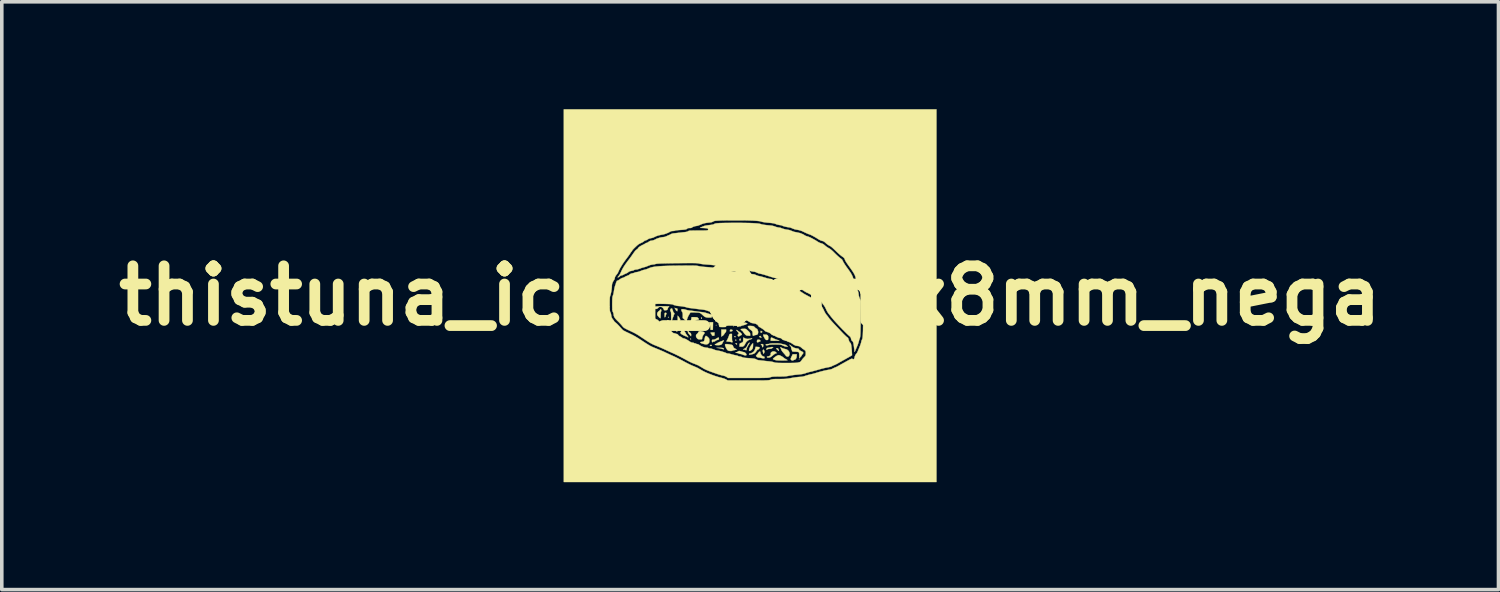
<source format=kicad_pcb>
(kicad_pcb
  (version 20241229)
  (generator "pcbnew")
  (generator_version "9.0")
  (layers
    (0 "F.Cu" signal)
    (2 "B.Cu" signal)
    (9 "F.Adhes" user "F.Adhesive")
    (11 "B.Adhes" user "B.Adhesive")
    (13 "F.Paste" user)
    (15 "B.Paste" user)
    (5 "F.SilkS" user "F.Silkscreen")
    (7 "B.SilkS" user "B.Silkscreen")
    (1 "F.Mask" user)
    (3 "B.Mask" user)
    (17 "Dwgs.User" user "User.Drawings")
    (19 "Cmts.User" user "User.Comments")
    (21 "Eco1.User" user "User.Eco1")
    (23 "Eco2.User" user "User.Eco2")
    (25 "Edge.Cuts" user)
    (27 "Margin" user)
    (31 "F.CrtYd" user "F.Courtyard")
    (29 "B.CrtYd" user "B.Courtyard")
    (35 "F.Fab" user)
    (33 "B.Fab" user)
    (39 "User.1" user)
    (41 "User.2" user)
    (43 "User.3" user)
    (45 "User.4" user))
  (footprint "thistuna_icon_8mmx8mm_nega"
    (layer "F.Cu")
    (at 17.896 5.207)
    (property "Reference" "thistuna_icon_8mmx8mm_nega" (at 0 0 0) (layer "F.SilkS") (effects (font (size 1.524 1.524) (thickness 0.3))))
    (attr through_hole)
    (fp_poly (pts (xy 1.372 1.783) (xy 1.367 1.788) (xy 1.361 1.783) (xy 1.367 1.778) (xy 1.372 1.783)) (stroke (width 0.01) (type solid)) (fill yes) (layer "F.SilkS"))
    (fp_poly (pts (xy -0.948 0.816) (xy -0.947 0.828) (xy -0.948 0.83) (xy -0.954 0.828) (xy -0.955 0.823) (xy -0.951 0.815) (xy -0.948 0.816)) (stroke (width 0.01) (type solid)) (fill yes) (layer "F.SilkS"))
    (fp_poly (pts (xy -0.469 0.837) (xy -0.458 0.847) (xy -0.46 0.853) (xy -0.462 0.853) (xy -0.47 0.846) (xy -0.473 0.842) (xy -0.475 0.835) (xy -0.469 0.837)) (stroke (width 0.01) (type solid)) (fill yes) (layer "F.SilkS"))
    (fp_poly (pts (xy -0.411 1.14) (xy -0.41 1.152) (xy -0.421 1.158) (xy -0.435 1.15) (xy -0.437 1.142) (xy -0.431 1.13) (xy -0.425 1.13) (xy -0.411 1.14)) (stroke (width 0.01) (type solid)) (fill yes) (layer "F.SilkS"))
    (fp_poly (pts (xy -2.276 0.597) (xy -2.276 0.599) (xy -2.284 0.609) (xy -2.287 0.61) (xy -2.293 0.603) (xy -2.291 0.599) (xy -2.282 0.59) (xy -2.28 0.589) (xy -2.276 0.597)) (stroke (width 0.01) (type solid)) (fill yes) (layer "F.SilkS"))
    (fp_poly (pts (xy -1.653 1.206) (xy -1.651 1.209) (xy -1.651 1.218) (xy -1.655 1.219) (xy -1.669 1.212) (xy -1.671 1.209) (xy -1.671 1.2) (xy -1.667 1.199) (xy -1.653 1.206)) (stroke (width 0.01) (type solid)) (fill yes) (layer "F.SilkS"))
    (fp_poly (pts (xy -1.362 0.607) (xy -1.356 0.62) (xy -1.353 0.639) (xy -1.355 0.647) (xy -1.361 0.643) (xy -1.367 0.63) (xy -1.37 0.611) (xy -1.368 0.603) (xy -1.362 0.607)) (stroke (width 0.01) (type solid)) (fill yes) (layer "F.SilkS"))
    (fp_poly (pts (xy -0.388 1.235) (xy -0.386 1.24) (xy -0.394 1.249) (xy -0.401 1.25) (xy -0.415 1.244) (xy -0.417 1.24) (xy -0.408 1.231) (xy -0.401 1.229) (xy -0.388 1.235)) (stroke (width 0.01) (type solid)) (fill yes) (layer "F.SilkS"))
    (fp_poly (pts (xy -0.386 1.328) (xy -0.37 1.338) (xy -0.366 1.347) (xy -0.371 1.36) (xy -0.386 1.357) (xy -0.394 1.349) (xy -0.406 1.333) (xy -0.4 1.326) (xy -0.386 1.328)) (stroke (width 0.01) (type solid)) (fill yes) (layer "F.SilkS"))
    (fp_poly (pts (xy -0.265 1.207) (xy -0.264 1.223) (xy -0.269 1.245) (xy -0.28 1.253) (xy -0.292 1.247) (xy -0.297 1.234) (xy -0.295 1.212) (xy -0.287 1.204) (xy -0.271 1.2) (xy -0.265 1.207)) (stroke (width 0.01) (type solid)) (fill yes) (layer "F.SilkS"))
    (fp_poly (pts (xy -1.077 1.38) (xy -1.073 1.387) (xy -1.074 1.398) (xy -1.09 1.402) (xy -1.099 1.402) (xy -1.119 1.401) (xy -1.123 1.395) (xy -1.118 1.387) (xy -1.101 1.374) (xy -1.092 1.372) (xy -1.077 1.38)) (stroke (width 0.01) (type solid)) (fill yes) (layer "F.SilkS"))
    (fp_poly (pts (xy 0.32 0.992) (xy 0.337 1.004) (xy 0.338 1.013) (xy 0.328 1.022) (xy 0.307 1.034) (xy 0.297 1.03) (xy 0.295 1.007) (xy 0.295 1.006) (xy 0.296 0.985) (xy 0.302 0.981) (xy 0.32 0.992)) (stroke (width 0.01) (type solid)) (fill yes) (layer "F.SilkS"))
    (fp_poly (pts (xy -2.284 0.685) (xy -2.277 0.708) (xy -2.276 0.726) (xy -2.278 0.758) (xy -2.285 0.77) (xy -2.297 0.763) (xy -2.311 0.74) (xy -2.32 0.714) (xy -2.317 0.697) (xy -2.315 0.694) (xy -2.297 0.68) (xy -2.284 0.685)) (stroke (width 0.01) (type solid)) (fill yes) (layer "F.SilkS"))
    (fp_poly (pts (xy 0.3 1.137) (xy 0.307 1.156) (xy 0.31 1.175) (xy 0.306 1.177) (xy 0.3 1.168) (xy 0.285 1.16) (xy 0.274 1.158) (xy 0.257 1.153) (xy 0.257 1.14) (xy 0.267 1.13) (xy 0.285 1.124) (xy 0.3 1.137)) (stroke (width 0.01) (type solid)) (fill yes) (layer "F.SilkS"))
    (fp_poly (pts (xy -2.056 0.943) (xy -2.046 0.96) (xy -2.036 0.981) (xy -2.032 0.992) (xy -2.032 0.992) (xy -2.039 0.996) (xy -2.055 0.994) (xy -2.067 0.986) (xy -2.068 0.985) (xy -2.07 0.968) (xy -2.067 0.954) (xy -2.062 0.941) (xy -2.056 0.943)) (stroke (width 0.01) (type solid)) (fill yes) (layer "F.SilkS"))
    (fp_poly (pts (xy -0.801 1.456) (xy -0.766 1.46) (xy -0.748 1.468) (xy -0.733 1.484) (xy -0.735 1.493) (xy -0.751 1.493) (xy -0.772 1.486) (xy -0.802 1.477) (xy -0.842 1.468) (xy -0.874 1.463) (xy -0.94 1.456) (xy -0.853 1.455) (xy -0.801 1.456)) (stroke (width 0.01) (type solid)) (fill yes) (layer "F.SilkS"))
    (fp_poly (pts (xy -0.671 0.979) (xy -0.674 1.005) (xy -0.684 1.019) (xy -0.684 1.019) (xy -0.697 1.031) (xy -0.713 1.054) (xy -0.718 1.063) (xy -0.739 1.093) (xy -0.765 1.118) (xy -0.771 1.121) (xy -0.803 1.14) (xy -0.803 0.945) (xy -0.671 0.945) (xy -0.671 0.979)) (stroke (width 0.01) (type solid)) (fill yes) (layer "F.SilkS"))
    (fp_poly (pts (xy 0.777 1.473) (xy 0.787 1.488) (xy 0.797 1.51) (xy 0.802 1.53) (xy 0.801 1.54) (xy 0.792 1.535) (xy 0.774 1.521) (xy 0.76 1.508) (xy 0.739 1.488) (xy 0.731 1.477) (xy 0.736 1.47) (xy 0.743 1.468) (xy 0.766 1.467) (xy 0.777 1.473)) (stroke (width 0.01) (type solid)) (fill yes) (layer "F.SilkS"))
    (fp_poly (pts (xy -1.999 0.586) (xy -1.967 0.631) (xy -1.953 0.664) (xy -1.955 0.686) (xy -1.966 0.695) (xy -1.982 0.708) (xy -1.989 0.721) (xy -1.998 0.735) (xy -2.008 0.731) (xy -2.009 0.73) (xy -2.016 0.712) (xy -2.021 0.678) (xy -2.022 0.637) (xy -2.022 0.557) (xy -1.999 0.586)) (stroke (width 0.01) (type solid)) (fill yes) (layer "F.SilkS"))
    (fp_poly (pts (xy -0.526 0.947) (xy -0.502 0.952) (xy -0.493 0.965) (xy -0.493 0.97) (xy -0.497 0.984) (xy -0.513 0.991) (xy -0.532 0.994) (xy -0.557 0.995) (xy -0.567 0.99) (xy -0.565 0.98) (xy -0.56 0.96) (xy -0.559 0.954) (xy -0.55 0.948) (xy -0.529 0.947) (xy -0.526 0.947)) (stroke (width 0.01) (type solid)) (fill yes) (layer "F.SilkS"))
    (fp_poly (pts (xy -2.104 0.341) (xy -2.103 0.342) (xy -2.082 0.352) (xy -2.057 0.357) (xy -2.038 0.361) (xy -2.03 0.371) (xy -2.031 0.393) (xy -2.032 0.398) (xy -2.037 0.435) (xy -2.06 0.417) (xy -2.077 0.399) (xy -2.083 0.385) (xy -2.089 0.368) (xy -2.101 0.351) (xy -2.109 0.339) (xy -2.104 0.341)) (stroke (width 0.01) (type solid)) (fill yes) (layer "F.SilkS"))
    (fp_poly (pts (xy -0.996 1.072) (xy -0.996 1.1) (xy -1.002 1.113) (xy -1.015 1.117) (xy -1.031 1.118) (xy -1.056 1.115) (xy -1.066 1.106) (xy -1.067 1.099) (xy -1.074 1.078) (xy -1.087 1.062) (xy -1.103 1.044) (xy -1.104 1.033) (xy -1.087 1.028) (xy -1.052 1.026) (xy -0.996 1.026) (xy -0.996 1.072)) (stroke (width 0.01) (type solid)) (fill yes) (layer "F.SilkS"))
    (fp_poly (pts (xy 0.081 1.383) (xy 0.078 1.439) (xy 0.066 1.479) (xy 0.043 1.509) (xy 0.027 1.521) (xy -0.003 1.539) (xy -0.021 1.542) (xy -0.03 1.531) (xy -0.03 1.519) (xy -0.025 1.489) (xy -0.009 1.45) (xy 0.012 1.41) (xy 0.036 1.374) (xy 0.051 1.356) (xy 0.081 1.327) (xy 0.081 1.383)) (stroke (width 0.01) (type solid)) (fill yes) (layer "F.SilkS"))
    (fp_poly (pts (xy 0.352 1.352) (xy 0.363 1.36) (xy 0.366 1.38) (xy 0.366 1.391) (xy 0.362 1.422) (xy 0.351 1.436) (xy 0.339 1.435) (xy 0.335 1.418) (xy 0.335 1.412) (xy 0.326 1.381) (xy 0.313 1.367) (xy 0.299 1.357) (xy 0.3 1.352) (xy 0.319 1.351) (xy 0.328 1.351) (xy 0.352 1.352)) (stroke (width 0.01) (type solid)) (fill yes) (layer "F.SilkS"))
    (fp_poly (pts (xy 0.379 1.512) (xy 0.392 1.531) (xy 0.4 1.554) (xy 0.4 1.574) (xy 0.397 1.579) (xy 0.388 1.598) (xy 0.385 1.609) (xy 0.381 1.621) (xy 0.375 1.616) (xy 0.369 1.604) (xy 0.358 1.574) (xy 0.353 1.543) (xy 0.356 1.519) (xy 0.365 1.506) (xy 0.366 1.506) (xy 0.379 1.512)) (stroke (width 0.01) (type solid)) (fill yes) (layer "F.SilkS"))
    (fp_poly (pts (xy -1.552 0.783) (xy -1.532 0.787) (xy -1.526 0.795) (xy -1.534 0.809) (xy -1.538 0.815) (xy -1.548 0.827) (xy -1.559 0.831) (xy -1.576 0.828) (xy -1.606 0.817) (xy -1.613 0.814) (xy -1.639 0.803) (xy -1.654 0.793) (xy -1.656 0.79) (xy -1.647 0.786) (xy -1.623 0.783) (xy -1.59 0.782) (xy -1.552 0.783)) (stroke (width 0.01) (type solid)) (fill yes) (layer "F.SilkS"))
    (fp_poly (pts (xy -1.041 0.95) (xy -1.074 0.953) (xy -1.094 0.954) (xy -1.104 0.949) (xy -1.107 0.932) (xy -1.107 0.909) (xy -1.11 0.87) (xy -1.117 0.829) (xy -1.127 0.793) (xy -1.138 0.769) (xy -1.14 0.768) (xy -1.147 0.754) (xy -1.14 0.746) (xy -1.116 0.742) (xy -1.092 0.742) (xy -1.036 0.742) (xy -1.041 0.95)) (stroke (width 0.01) (type solid)) (fill yes) (layer "F.SilkS"))
    (fp_poly (pts (xy -2.196 0.826) (xy -2.188 0.84) (xy -2.176 0.871) (xy -2.18 0.89) (xy -2.199 0.896) (xy -2.205 0.896) (xy -2.232 0.886) (xy -2.25 0.874) (xy -2.272 0.858) (xy -2.286 0.85) (xy -2.287 0.847) (xy -2.272 0.844) (xy -2.264 0.844) (xy -2.236 0.84) (xy -2.216 0.829) (xy -2.215 0.828) (xy -2.205 0.82) (xy -2.196 0.826)) (stroke (width 0.01) (type solid)) (fill yes) (layer "F.SilkS"))
    (fp_poly (pts (xy -1.641 0.878) (xy -1.619 0.887) (xy -1.594 0.898) (xy -1.573 0.907) (xy -1.566 0.911) (xy -1.565 0.92) (xy -1.578 0.933) (xy -1.598 0.946) (xy -1.619 0.954) (xy -1.627 0.955) (xy -1.646 0.953) (xy -1.654 0.944) (xy -1.656 0.922) (xy -1.656 0.914) (xy -1.655 0.889) (xy -1.652 0.875) (xy -1.651 0.874) (xy -1.641 0.878)) (stroke (width 0.01) (type solid)) (fill yes) (layer "F.SilkS"))
    (fp_poly (pts (xy 0.263 1.232) (xy 0.278 1.242) (xy 0.284 1.252) (xy 0.287 1.27) (xy 0.276 1.277) (xy 0.271 1.278) (xy 0.248 1.285) (xy 0.239 1.291) (xy 0.222 1.299) (xy 0.208 1.3) (xy 0.194 1.298) (xy 0.19 1.285) (xy 0.191 1.265) (xy 0.195 1.242) (xy 0.205 1.232) (xy 0.227 1.229) (xy 0.235 1.229) (xy 0.263 1.232)) (stroke (width 0.01) (type solid)) (fill yes) (layer "F.SilkS"))
    (fp_poly (pts (xy 1.3 1.682) (xy 1.295 1.722) (xy 1.281 1.756) (xy 1.261 1.78) (xy 1.239 1.788) (xy 1.22 1.793) (xy 1.214 1.798) (xy 1.198 1.808) (xy 1.174 1.808) (xy 1.15 1.798) (xy 1.139 1.786) (xy 1.134 1.771) (xy 1.135 1.753) (xy 1.145 1.727) (xy 1.158 1.699) (xy 1.189 1.636) (xy 1.3 1.636) (xy 1.3 1.682)) (stroke (width 0.01) (type solid)) (fill yes) (layer "F.SilkS"))
    (fp_poly (pts (xy -2.342 0.482) (xy -2.337 0.497) (xy -2.341 0.517) (xy -2.347 0.523) (xy -2.355 0.537) (xy -2.357 0.552) (xy -2.364 0.578) (xy -2.373 0.594) (xy -2.381 0.602) (xy -2.385 0.6) (xy -2.387 0.584) (xy -2.388 0.551) (xy -2.388 0.546) (xy -2.387 0.509) (xy -2.385 0.489) (xy -2.379 0.48) (xy -2.367 0.478) (xy -2.362 0.478) (xy -2.342 0.482)) (stroke (width 0.01) (type solid)) (fill yes) (layer "F.SilkS"))
    (fp_poly (pts (xy 0.463 1.091) (xy 0.49 1.106) (xy 0.504 1.134) (xy 0.506 1.177) (xy 0.506 1.185) (xy 0.503 1.215) (xy 0.497 1.23) (xy 0.484 1.236) (xy 0.472 1.237) (xy 0.453 1.237) (xy 0.438 1.228) (xy 0.42 1.207) (xy 0.409 1.192) (xy 0.39 1.159) (xy 0.375 1.129) (xy 0.37 1.115) (xy 0.364 1.087) (xy 0.42 1.087) (xy 0.463 1.091)) (stroke (width 0.01) (type solid)) (fill yes) (layer "F.SilkS"))
    (fp_poly (pts (xy 0.645 1.438) (xy 0.62 1.46) (xy 0.597 1.476) (xy 0.566 1.483) (xy 0.545 1.483) (xy 0.5 1.488) (xy 0.475 1.501) (xy 0.461 1.512) (xy 0.457 1.508) (xy 0.459 1.488) (xy 0.463 1.469) (xy 0.475 1.459) (xy 0.499 1.455) (xy 0.503 1.455) (xy 0.535 1.451) (xy 0.561 1.443) (xy 0.565 1.442) (xy 0.591 1.435) (xy 0.615 1.434) (xy 0.645 1.438)) (stroke (width 0.01) (type solid)) (fill yes) (layer "F.SilkS"))
    (fp_poly (pts (xy -1.753 0.899) (xy -1.739 0.934) (xy -1.729 0.969) (xy -1.728 0.975) (xy -1.716 1.007) (xy -1.695 1.023) (xy -1.663 1.044) (xy -1.649 1.071) (xy -1.648 1.098) (xy -1.651 1.131) (xy -1.694 1.084) (xy -1.725 1.045) (xy -1.737 1.014) (xy -1.737 1.009) (xy -1.744 0.982) (xy -1.758 0.959) (xy -1.773 0.935) (xy -1.776 0.903) (xy -1.776 0.898) (xy -1.772 0.859) (xy -1.753 0.899)) (stroke (width 0.01) (type solid)) (fill yes) (layer "F.SilkS"))
    (fp_poly (pts (xy -0.016 1.318) (xy -0.024 1.335) (xy -0.026 1.339) (xy -0.057 1.389) (xy -0.082 1.435) (xy -0.097 1.473) (xy -0.101 1.496) (xy -0.105 1.519) (xy -0.116 1.523) (xy -0.128 1.515) (xy -0.144 1.507) (xy -0.168 1.502) (xy -0.198 1.498) (xy -0.163 1.482) (xy -0.124 1.459) (xy -0.096 1.427) (xy -0.076 1.386) (xy -0.057 1.349) (xy -0.037 1.322) (xy -0.02 1.311) (xy -0.018 1.311) (xy -0.016 1.318)) (stroke (width 0.01) (type solid)) (fill yes) (layer "F.SilkS"))
    (fp_poly (pts (xy -1.514 0.6) (xy -1.487 0.603) (xy -1.47 0.61) (xy -1.456 0.622) (xy -1.455 0.623) (xy -1.436 0.647) (xy -1.436 0.663) (xy -1.454 0.67) (xy -1.466 0.671) (xy -1.498 0.677) (xy -1.524 0.691) (xy -1.553 0.705) (xy -1.595 0.711) (xy -1.604 0.711) (xy -1.635 0.711) (xy -1.65 0.707) (xy -1.654 0.7) (xy -1.652 0.688) (xy -1.645 0.662) (xy -1.639 0.632) (xy -1.633 0.599) (xy -1.555 0.599) (xy -1.514 0.6)) (stroke (width 0.01) (type solid)) (fill yes) (layer "F.SilkS"))
    (fp_poly (pts (xy -0.733 1.254) (xy -0.745 1.271) (xy -0.762 1.299) (xy -0.773 1.323) (xy -0.792 1.353) (xy -0.823 1.372) (xy -0.867 1.38) (xy -0.896 1.381) (xy -0.932 1.38) (xy -0.96 1.377) (xy -0.973 1.375) (xy -0.985 1.364) (xy -0.98 1.354) (xy -0.968 1.351) (xy -0.949 1.345) (xy -0.93 1.332) (xy -0.91 1.319) (xy -0.876 1.302) (xy -0.833 1.283) (xy -0.786 1.265) (xy -0.747 1.252) (xy -0.734 1.249) (xy -0.733 1.254)) (stroke (width 0.01) (type solid)) (fill yes) (layer "F.SilkS"))
    (fp_poly (pts (xy -0.367 0.961) (xy -0.353 0.972) (xy -0.329 0.991) (xy -0.299 1.011) (xy -0.292 1.015) (xy -0.264 1.036) (xy -0.244 1.058) (xy -0.233 1.078) (xy -0.234 1.093) (xy -0.246 1.098) (xy -0.263 1.104) (xy -0.284 1.118) (xy -0.312 1.135) (xy -0.331 1.134) (xy -0.344 1.117) (xy -0.344 1.115) (xy -0.347 1.093) (xy -0.334 1.079) (xy -0.319 1.065) (xy -0.318 1.049) (xy -0.33 1.028) (xy -0.352 1.004) (xy -0.372 0.98) (xy -0.382 0.963) (xy -0.38 0.956) (xy -0.367 0.961)) (stroke (width 0.01) (type solid)) (fill yes) (layer "F.SilkS"))
    (fp_poly (pts (xy -2.485 0.391) (xy -2.481 0.413) (xy -2.484 0.434) (xy -2.488 0.44) (xy -2.494 0.455) (xy -2.497 0.485) (xy -2.499 0.526) (xy -2.499 0.541) (xy -2.5 0.58) (xy -2.502 0.611) (xy -2.506 0.628) (xy -2.507 0.63) (xy -2.519 0.623) (xy -2.538 0.606) (xy -2.552 0.592) (xy -2.574 0.566) (xy -2.59 0.543) (xy -2.595 0.534) (xy -2.596 0.503) (xy -2.585 0.47) (xy -2.564 0.441) (xy -2.55 0.432) (xy -2.527 0.415) (xy -2.514 0.396) (xy -2.505 0.381) (xy -2.496 0.379) (xy -2.485 0.391)) (stroke (width 0.01) (type solid)) (fill yes) (layer "F.SilkS"))
    (fp_poly (pts (xy -0.798 0.75) (xy -0.769 0.759) (xy -0.745 0.762) (xy -0.718 0.771) (xy -0.694 0.795) (xy -0.677 0.827) (xy -0.676 0.833) (xy -0.672 0.856) (xy -0.672 0.868) (xy -0.672 0.868) (xy -0.685 0.872) (xy -0.712 0.874) (xy -0.747 0.875) (xy -0.785 0.875) (xy -0.82 0.874) (xy -0.846 0.872) (xy -0.859 0.869) (xy -0.859 0.869) (xy -0.863 0.852) (xy -0.868 0.831) (xy -0.875 0.799) (xy -0.88 0.778) (xy -0.881 0.759) (xy -0.869 0.749) (xy -0.858 0.746) (xy -0.828 0.744) (xy -0.798 0.75)) (stroke (width 0.01) (type solid)) (fill yes) (layer "F.SilkS"))
    (fp_poly (pts (xy -0.144 0.925) (xy -0.123 0.929) (xy -0.104 0.939) (xy -0.081 0.959) (xy -0.058 0.981) (xy -0.028 1.011) (xy -0.011 1.032) (xy -0.002 1.051) (xy -0.000041 1.073) (xy 0 1.077) (xy 0 1.118) (xy -0.053 1.116) (xy -0.089 1.113) (xy -0.113 1.104) (xy -0.136 1.086) (xy -0.138 1.083) (xy -0.163 1.055) (xy -0.184 1.025) (xy -0.187 1.019) (xy -0.207 0.991) (xy -0.234 0.969) (xy -0.257 0.952) (xy -0.262 0.939) (xy -0.247 0.93) (xy -0.213 0.926) (xy -0.174 0.925) (xy -0.144 0.925)) (stroke (width 0.01) (type solid)) (fill yes) (layer "F.SilkS"))
    (fp_poly (pts (xy 0.606 1.172) (xy 0.635 1.184) (xy 0.666 1.199) (xy 0.699 1.214) (xy 0.727 1.225) (xy 0.742 1.229) (xy 0.762 1.235) (xy 0.768 1.239) (xy 0.784 1.246) (xy 0.81 1.252) (xy 0.813 1.252) (xy 0.816 1.254) (xy 0.802 1.256) (xy 0.772 1.257) (xy 0.73 1.258) (xy 0.708 1.258) (xy 0.651 1.259) (xy 0.613 1.258) (xy 0.588 1.257) (xy 0.576 1.253) (xy 0.572 1.248) (xy 0.573 1.244) (xy 0.578 1.222) (xy 0.579 1.198) (xy 0.581 1.179) (xy 0.589 1.171) (xy 0.606 1.172)) (stroke (width 0.01) (type solid)) (fill yes) (layer "F.SilkS"))
    (fp_poly (pts (xy -0.91 0.601) (xy -0.856 0.613) (xy -0.812 0.63) (xy -0.775 0.649) (xy -0.742 0.665) (xy -0.721 0.677) (xy -0.706 0.686) (xy -0.706 0.69) (xy -0.723 0.688) (xy -0.737 0.686) (xy -0.798 0.677) (xy -0.843 0.674) (xy -0.878 0.675) (xy -0.905 0.682) (xy -0.929 0.696) (xy -0.947 0.71) (xy -0.961 0.719) (xy -0.965 0.714) (xy -0.965 0.709) (xy -0.971 0.692) (xy -0.984 0.666) (xy -0.99 0.657) (xy -1.005 0.634) (xy -1.009 0.621) (xy -1.003 0.614) (xy -0.996 0.61) (xy -0.958 0.6) (xy -0.91 0.601)) (stroke (width 0.01) (type solid)) (fill yes) (layer "F.SilkS"))
    (fp_poly (pts (xy -0.508 1.168) (xy -0.507 1.212) (xy -0.504 1.247) (xy -0.501 1.27) (xy -0.498 1.275) (xy -0.488 1.288) (xy -0.495 1.298) (xy -0.505 1.299) (xy -0.529 1.296) (xy -0.549 1.29) (xy -0.575 1.285) (xy -0.61 1.281) (xy -0.617 1.281) (xy -0.644 1.279) (xy -0.659 1.276) (xy -0.66 1.274) (xy -0.656 1.263) (xy -0.644 1.24) (xy -0.636 1.226) (xy -0.619 1.191) (xy -0.601 1.149) (xy -0.593 1.125) (xy -0.582 1.093) (xy -0.572 1.075) (xy -0.56 1.068) (xy -0.541 1.067) (xy -0.508 1.067) (xy -0.508 1.168)) (stroke (width 0.01) (type solid)) (fill yes) (layer "F.SilkS"))
    (fp_poly (pts (xy 0.688 1.559) (xy 0.717 1.575) (xy 0.72 1.579) (xy 0.743 1.603) (xy 0.716 1.609) (xy 0.694 1.62) (xy 0.665 1.64) (xy 0.647 1.654) (xy 0.618 1.679) (xy 0.589 1.701) (xy 0.577 1.71) (xy 0.551 1.721) (xy 0.52 1.727) (xy 0.491 1.727) (xy 0.474 1.72) (xy 0.468 1.707) (xy 0.479 1.698) (xy 0.496 1.697) (xy 0.525 1.69) (xy 0.553 1.675) (xy 0.572 1.656) (xy 0.576 1.636) (xy 0.574 1.626) (xy 0.577 1.598) (xy 0.594 1.576) (xy 0.622 1.561) (xy 0.655 1.554) (xy 0.688 1.559)) (stroke (width 0.01) (type solid)) (fill yes) (layer "F.SilkS"))
    (fp_poly (pts (xy -1.385 0.989) (xy -1.33 1.001) (xy -1.294 1.014) (xy -1.275 1.028) (xy -1.273 1.045) (xy -1.285 1.067) (xy -1.292 1.074) (xy -1.319 1.115) (xy -1.337 1.162) (xy -1.341 1.195) (xy -1.343 1.209) (xy -1.351 1.216) (xy -1.372 1.219) (xy -1.395 1.219) (xy -1.429 1.217) (xy -1.456 1.211) (xy -1.465 1.206) (xy -1.496 1.172) (xy -1.511 1.136) (xy -1.51 1.102) (xy -1.491 1.073) (xy -1.483 1.067) (xy -1.463 1.049) (xy -1.453 1.034) (xy -1.453 1.032) (xy -1.444 1.011) (xy -1.422 0.995) (xy -1.395 0.988) (xy -1.385 0.989)) (stroke (width 0.01) (type solid)) (fill yes) (layer "F.SilkS"))
    (fp_poly (pts (xy -0.88 1.169) (xy -0.875 1.181) (xy -0.872 1.199) (xy -0.872 1.215) (xy -0.882 1.225) (xy -0.906 1.233) (xy -0.913 1.235) (xy -0.943 1.245) (xy -0.966 1.258) (xy -0.97 1.263) (xy -0.989 1.276) (xy -1.009 1.28) (xy -1.031 1.284) (xy -1.041 1.29) (xy -1.053 1.301) (xy -1.062 1.293) (xy -1.067 1.27) (xy -1.067 1.265) (xy -1.065 1.242) (xy -1.057 1.231) (xy -1.036 1.229) (xy -1.029 1.229) (xy -0.994 1.223) (xy -0.961 1.209) (xy -0.96 1.208) (xy -0.921 1.185) (xy -0.894 1.171) (xy -0.88 1.169) (xy -0.88 1.169)) (stroke (width 0.01) (type solid)) (fill yes) (layer "F.SilkS"))
    (fp_poly (pts (xy 0.848 1.442) (xy 0.871 1.451) (xy 0.888 1.459) (xy 0.926 1.474) (xy 0.965 1.486) (xy 0.986 1.491) (xy 1.029 1.505) (xy 1.065 1.533) (xy 1.089 1.569) (xy 1.101 1.61) (xy 1.097 1.652) (xy 1.089 1.671) (xy 1.069 1.696) (xy 1.046 1.702) (xy 1.019 1.693) (xy 1.001 1.682) (xy 0.996 1.674) (xy 0.989 1.663) (xy 0.972 1.642) (xy 0.947 1.614) (xy 0.936 1.601) (xy 0.9 1.559) (xy 0.877 1.523) (xy 0.869 1.503) (xy 0.859 1.473) (xy 0.846 1.45) (xy 0.845 1.45) (xy 0.84 1.442) (xy 0.848 1.442)) (stroke (width 0.01) (type solid)) (fill yes) (layer "F.SilkS"))
    (fp_poly (pts (xy -1.386 0.797) (xy -1.364 0.81) (xy -1.351 0.818) (xy -1.307 0.837) (xy -1.261 0.843) (xy -1.221 0.834) (xy -1.218 0.832) (xy -1.199 0.826) (xy -1.191 0.827) (xy -1.186 0.84) (xy -1.183 0.865) (xy -1.181 0.894) (xy -1.18 0.921) (xy -1.182 0.939) (xy -1.185 0.943) (xy -1.2 0.941) (xy -1.227 0.937) (xy -1.24 0.936) (xy -1.272 0.93) (xy -1.311 0.92) (xy -1.352 0.908) (xy -1.39 0.895) (xy -1.421 0.883) (xy -1.439 0.874) (xy -1.443 0.87) (xy -1.438 0.857) (xy -1.427 0.835) (xy -1.413 0.813) (xy -1.401 0.797) (xy -1.396 0.792) (xy -1.386 0.797)) (stroke (width 0.01) (type solid)) (fill yes) (layer "F.SilkS"))
    (fp_poly (pts (xy -1.224 1.124) (xy -1.206 1.136) (xy -1.185 1.154) (xy -1.16 1.178) (xy -1.146 1.197) (xy -1.14 1.219) (xy -1.139 1.25) (xy -1.14 1.285) (xy -1.145 1.308) (xy -1.159 1.326) (xy -1.166 1.334) (xy -1.188 1.351) (xy -1.213 1.359) (xy -1.245 1.358) (xy -1.29 1.349) (xy -1.311 1.344) (xy -1.353 1.331) (xy -1.38 1.317) (xy -1.393 1.305) (xy -1.388 1.296) (xy -1.366 1.291) (xy -1.353 1.29) (xy -1.316 1.286) (xy -1.292 1.272) (xy -1.277 1.243) (xy -1.269 1.204) (xy -1.262 1.169) (xy -1.253 1.141) (xy -1.246 1.13) (xy -1.235 1.122) (xy -1.224 1.124)) (stroke (width 0.01) (type solid)) (fill yes) (layer "F.SilkS"))
    (fp_poly (pts (xy -0.277 1.549) (xy -0.257 1.555) (xy -0.222 1.566) (xy -0.193 1.573) (xy -0.179 1.575) (xy -0.154 1.583) (xy -0.128 1.602) (xy -0.109 1.625) (xy -0.102 1.645) (xy -0.106 1.66) (xy -0.121 1.665) (xy -0.135 1.666) (xy -0.166 1.66) (xy -0.199 1.648) (xy -0.203 1.646) (xy -0.235 1.633) (xy -0.268 1.626) (xy -0.271 1.626) (xy -0.295 1.623) (xy -0.309 1.616) (xy -0.31 1.616) (xy -0.322 1.609) (xy -0.348 1.602) (xy -0.363 1.599) (xy -0.411 1.592) (xy -0.369 1.574) (xy -0.343 1.561) (xy -0.324 1.549) (xy -0.321 1.546) (xy -0.307 1.542) (xy -0.277 1.549)) (stroke (width 0.01) (type solid)) (fill yes) (layer "F.SilkS"))
    (fp_poly (pts (xy 0.21 1.431) (xy 0.242 1.434) (xy 0.259 1.44) (xy 0.264 1.45) (xy 0.264 1.452) (xy 0.256 1.473) (xy 0.238 1.493) (xy 0.218 1.503) (xy 0.215 1.504) (xy 0.203 1.512) (xy 0.186 1.531) (xy 0.179 1.542) (xy 0.151 1.581) (xy 0.123 1.608) (xy 0.088 1.625) (xy 0.042 1.637) (xy 0.008 1.643) (xy -0.018 1.645) (xy -0.029 1.639) (xy -0.03 1.632) (xy -0.022 1.618) (xy -0.011 1.615) (xy 0.024 1.608) (xy 0.063 1.589) (xy 0.097 1.563) (xy 0.104 1.555) (xy 0.123 1.526) (xy 0.138 1.49) (xy 0.142 1.476) (xy 0.155 1.427) (xy 0.21 1.431)) (stroke (width 0.01) (type solid)) (fill yes) (layer "F.SilkS"))
    (fp_poly (pts (xy 0.28 1.562) (xy 0.284 1.576) (xy 0.284 1.581) (xy 0.291 1.614) (xy 0.309 1.648) (xy 0.333 1.676) (xy 0.359 1.694) (xy 0.373 1.697) (xy 0.391 1.7) (xy 0.396 1.706) (xy 0.4 1.723) (xy 0.402 1.731) (xy 0.403 1.742) (xy 0.39 1.746) (xy 0.369 1.747) (xy 0.338 1.744) (xy 0.312 1.738) (xy 0.31 1.737) (xy 0.287 1.731) (xy 0.255 1.728) (xy 0.248 1.728) (xy 0.211 1.722) (xy 0.184 1.703) (xy 0.162 1.679) (xy 0.203 1.63) (xy 0.224 1.603) (xy 0.239 1.583) (xy 0.244 1.574) (xy 0.252 1.566) (xy 0.264 1.562) (xy 0.28 1.562)) (stroke (width 0.01) (type solid)) (fill yes) (layer "F.SilkS"))
    (fp_poly (pts (xy -0.628 1.353) (xy -0.586 1.358) (xy -0.554 1.364) (xy -0.518 1.371) (xy -0.497 1.379) (xy -0.485 1.39) (xy -0.477 1.409) (xy -0.475 1.417) (xy -0.461 1.447) (xy -0.438 1.468) (xy -0.418 1.479) (xy -0.376 1.5) (xy -0.41 1.512) (xy -0.439 1.52) (xy -0.464 1.524) (xy -0.465 1.524) (xy -0.485 1.528) (xy -0.493 1.534) (xy -0.506 1.54) (xy -0.533 1.543) (xy -0.564 1.543) (xy -0.593 1.538) (xy -0.605 1.535) (xy -0.628 1.521) (xy -0.638 1.511) (xy -0.655 1.486) (xy -0.673 1.453) (xy -0.688 1.417) (xy -0.699 1.388) (xy -0.701 1.374) (xy -0.698 1.359) (xy -0.687 1.353) (xy -0.66 1.351) (xy -0.66 1.351) (xy -0.628 1.353)) (stroke (width 0.01) (type solid)) (fill yes) (layer "F.SilkS"))
    (fp_poly (pts (xy 0.823 1.664) (xy 0.852 1.678) (xy 0.857 1.68) (xy 0.89 1.698) (xy 0.918 1.717) (xy 0.93 1.727) (xy 0.95 1.744) (xy 0.98 1.763) (xy 0.993 1.77) (xy 1.02 1.785) (xy 1.039 1.797) (xy 1.043 1.8) (xy 1.035 1.803) (xy 1.01 1.805) (xy 0.971 1.807) (xy 0.922 1.808) (xy 0.887 1.808) (xy 0.821 1.807) (xy 0.771 1.805) (xy 0.735 1.802) (xy 0.707 1.797) (xy 0.685 1.79) (xy 0.683 1.79) (xy 0.656 1.778) (xy 0.64 1.769) (xy 0.637 1.767) (xy 0.642 1.756) (xy 0.661 1.738) (xy 0.687 1.717) (xy 0.716 1.696) (xy 0.744 1.679) (xy 0.76 1.671) (xy 0.785 1.662) (xy 0.803 1.659) (xy 0.823 1.664)) (stroke (width 0.01) (type solid)) (fill yes) (layer "F.SilkS"))
    (fp_poly (pts (xy -2.176 0.364) (xy -2.174 0.375) (xy -2.17 0.395) (xy -2.164 0.401) (xy -2.156 0.415) (xy -2.154 0.432) (xy -2.146 0.457) (xy -2.134 0.47) (xy -2.117 0.488) (xy -2.114 0.508) (xy -2.123 0.523) (xy -2.133 0.538) (xy -2.134 0.545) (xy -2.138 0.563) (xy -2.148 0.59) (xy -2.154 0.602) (xy -2.166 0.631) (xy -2.174 0.654) (xy -2.175 0.66) (xy -2.181 0.68) (xy -2.19 0.695) (xy -2.196 0.702) (xy -2.2 0.7) (xy -2.203 0.687) (xy -2.204 0.66) (xy -2.205 0.618) (xy -2.205 0.582) (xy -2.205 0.526) (xy -2.207 0.486) (xy -2.21 0.46) (xy -2.215 0.444) (xy -2.221 0.436) (xy -2.23 0.417) (xy -2.229 0.391) (xy -2.218 0.369) (xy -2.212 0.363) (xy -2.19 0.356) (xy -2.176 0.364)) (stroke (width 0.01) (type solid)) (fill yes) (layer "F.SilkS"))
    (fp_poly (pts (xy -0.177 1.173) (xy -0.155 1.184) (xy -0.146 1.19) (xy -0.116 1.202) (xy -0.079 1.207) (xy -0.032 1.204) (xy 0.03 1.194) (xy 0.03 1.193) (xy 0.053 1.19) (xy 0.058 1.191) (xy 0.048 1.2) (xy 0.046 1.203) (xy 0.024 1.215) (xy 0.009 1.219) (xy -0.023 1.228) (xy -0.06 1.249) (xy -0.095 1.28) (xy -0.123 1.314) (xy -0.137 1.343) (xy -0.149 1.366) (xy -0.168 1.392) (xy -0.171 1.394) (xy -0.192 1.413) (xy -0.216 1.421) (xy -0.246 1.422) (xy -0.295 1.422) (xy -0.295 1.379) (xy -0.293 1.351) (xy -0.286 1.335) (xy -0.267 1.325) (xy -0.257 1.322) (xy -0.223 1.308) (xy -0.204 1.293) (xy -0.195 1.27) (xy -0.193 1.235) (xy -0.193 1.228) (xy -0.192 1.196) (xy -0.19 1.175) (xy -0.188 1.168) (xy -0.177 1.173)) (stroke (width 0.01) (type solid)) (fill yes) (layer "F.SilkS"))
    (fp_poly (pts (xy 0.02 0.844) (xy 0.029 0.845) (xy 0.067 0.848) (xy 0.092 0.853) (xy 0.111 0.864) (xy 0.131 0.883) (xy 0.134 0.887) (xy 0.158 0.909) (xy 0.179 0.922) (xy 0.187 0.925) (xy 0.2 0.933) (xy 0.203 0.944) (xy 0.208 0.964) (xy 0.213 0.97) (xy 0.22 0.983) (xy 0.223 1.009) (xy 0.224 1.02) (xy 0.217 1.061) (xy 0.197 1.086) (xy 0.163 1.097) (xy 0.155 1.097) (xy 0.131 1.1) (xy 0.117 1.107) (xy 0.117 1.107) (xy 0.103 1.116) (xy 0.091 1.118) (xy 0.08 1.115) (xy 0.074 1.105) (xy 0.071 1.081) (xy 0.071 1.058) (xy 0.069 1.021) (xy 0.06 0.994) (xy 0.041 0.972) (xy 0.008 0.948) (xy -0.001 0.942) (xy -0.024 0.923) (xy -0.046 0.895) (xy -0.049 0.889) (xy -0.061 0.867) (xy -0.062 0.853) (xy -0.05 0.846) (xy -0.024 0.843) (xy 0.02 0.844)) (stroke (width 0.01) (type solid)) (fill yes) (layer "F.SilkS"))
    (fp_poly (pts (xy -1.857 0.738) (xy -1.852 0.761) (xy -1.85 0.801) (xy -1.849 0.858) (xy -1.849 0.913) (xy -1.847 0.951) (xy -1.844 0.976) (xy -1.838 0.99) (xy -1.833 0.996) (xy -1.819 1.014) (xy -1.804 1.041) (xy -1.802 1.046) (xy -1.785 1.077) (xy -1.761 1.109) (xy -1.756 1.114) (xy -1.738 1.136) (xy -1.729 1.154) (xy -1.729 1.158) (xy -1.736 1.163) (xy -1.747 1.154) (xy -1.764 1.141) (xy -1.774 1.138) (xy -1.79 1.134) (xy -1.818 1.123) (xy -1.854 1.107) (xy -1.863 1.102) (xy -1.911 1.077) (xy -1.938 1.054) (xy -1.946 1.034) (xy -1.935 1.015) (xy -1.934 1.015) (xy -1.928 1.004) (xy -1.923 0.981) (xy -1.921 0.943) (xy -1.92 0.889) (xy -1.92 0.888) (xy -1.92 0.838) (xy -1.919 0.803) (xy -1.915 0.781) (xy -1.91 0.766) (xy -1.901 0.754) (xy -1.896 0.749) (xy -1.879 0.734) (xy -1.866 0.729) (xy -1.857 0.738)) (stroke (width 0.01) (type solid)) (fill yes) (layer "F.SilkS"))
    (fp_poly (pts (xy 0.72 1.331) (xy 0.768 1.332) (xy 0.811 1.335) (xy 0.843 1.338) (xy 0.853 1.34) (xy 0.884 1.347) (xy 0.923 1.356) (xy 0.947 1.362) (xy 0.99 1.375) (xy 1.021 1.393) (xy 1.028 1.399) (xy 1.05 1.422) (xy 1.015 1.422) (xy 0.988 1.418) (xy 0.951 1.407) (xy 0.916 1.392) (xy 0.891 1.38) (xy 0.87 1.372) (xy 0.848 1.367) (xy 0.821 1.364) (xy 0.785 1.362) (xy 0.737 1.361) (xy 0.691 1.361) (xy 0.635 1.362) (xy 0.588 1.363) (xy 0.551 1.366) (xy 0.529 1.369) (xy 0.524 1.371) (xy 0.511 1.377) (xy 0.486 1.383) (xy 0.478 1.383) (xy 0.451 1.384) (xy 0.439 1.379) (xy 0.437 1.369) (xy 0.44 1.358) (xy 0.454 1.353) (xy 0.483 1.351) (xy 0.487 1.351) (xy 0.517 1.349) (xy 0.538 1.345) (xy 0.544 1.341) (xy 0.556 1.337) (xy 0.584 1.334) (xy 0.623 1.332) (xy 0.67 1.331) (xy 0.72 1.331)) (stroke (width 0.01) (type solid)) (fill yes) (layer "F.SilkS"))
    (fp_poly (pts (xy 1.123 1.386) (xy 1.15 1.405) (xy 1.174 1.423) (xy 1.204 1.443) (xy 1.246 1.46) (xy 1.29 1.471) (xy 1.317 1.473) (xy 1.343 1.477) (xy 1.358 1.49) (xy 1.361 1.498) (xy 1.379 1.521) (xy 1.416 1.544) (xy 1.427 1.549) (xy 1.46 1.566) (xy 1.478 1.58) (xy 1.483 1.595) (xy 1.483 1.598) (xy 1.475 1.621) (xy 1.463 1.633) (xy 1.447 1.65) (xy 1.443 1.662) (xy 1.435 1.678) (xy 1.418 1.699) (xy 1.413 1.703) (xy 1.392 1.725) (xy 1.379 1.747) (xy 1.379 1.75) (xy 1.377 1.751) (xy 1.375 1.735) (xy 1.374 1.704) (xy 1.373 1.68) (xy 1.371 1.626) (xy 1.365 1.591) (xy 1.358 1.576) (xy 1.343 1.571) (xy 1.312 1.566) (xy 1.273 1.563) (xy 1.259 1.563) (xy 1.218 1.561) (xy 1.192 1.558) (xy 1.178 1.553) (xy 1.172 1.545) (xy 1.17 1.534) (xy 1.164 1.511) (xy 1.157 1.499) (xy 1.151 1.483) (xy 1.148 1.459) (xy 1.139 1.425) (xy 1.12 1.398) (xy 1.092 1.368) (xy 1.123 1.386)) (stroke (width 0.01) (type solid)) (fill yes) (layer "F.SilkS"))
    (fp_poly (pts (xy -2.362 0.295) (xy -2.314 0.296) (xy -2.282 0.297) (xy -2.265 0.299) (xy -2.259 0.302) (xy -2.263 0.307) (xy -2.266 0.308) (xy -2.286 0.324) (xy -2.294 0.341) (xy -2.304 0.378) (xy -2.323 0.398) (xy -2.354 0.406) (xy -2.364 0.406) (xy -2.392 0.405) (xy -2.405 0.399) (xy -2.408 0.388) (xy -2.415 0.37) (xy -2.432 0.347) (xy -2.441 0.337) (xy -2.478 0.311) (xy -2.514 0.305) (xy -2.546 0.318) (xy -2.562 0.334) (xy -2.593 0.36) (xy -2.626 0.371) (xy -2.655 0.366) (xy -2.664 0.359) (xy -2.686 0.347) (xy -2.703 0.354) (xy -2.716 0.381) (xy -2.724 0.427) (xy -2.724 0.428) (xy -2.727 0.456) (xy -2.729 0.468) (xy -2.731 0.463) (xy -2.731 0.462) (xy -2.736 0.436) (xy -2.744 0.42) (xy -2.75 0.403) (xy -2.752 0.376) (xy -2.752 0.37) (xy -2.747 0.344) (xy -2.737 0.33) (xy -2.713 0.322) (xy -2.713 0.322) (xy -2.678 0.313) (xy -2.646 0.304) (xy -2.626 0.301) (xy -2.59 0.299) (xy -2.541 0.296) (xy -2.483 0.295) (xy -2.428 0.295) (xy -2.362 0.295)) (stroke (width 0.01) (type solid)) (fill yes) (layer "F.SilkS"))
    (fp_poly (pts (xy -0.656 0.622) (xy -0.655 0.623) (xy -0.636 0.629) (xy -0.604 0.642) (xy -0.574 0.654) (xy -0.534 0.668) (xy -0.494 0.678) (xy -0.469 0.68) (xy -0.421 0.683) (xy -0.371 0.689) (xy -0.324 0.698) (xy -0.286 0.708) (xy -0.261 0.719) (xy -0.259 0.721) (xy -0.237 0.733) (xy -0.204 0.742) (xy -0.188 0.745) (xy -0.151 0.75) (xy -0.117 0.758) (xy -0.107 0.762) (xy -0.076 0.773) (xy -0.101 0.792) (xy -0.125 0.805) (xy -0.16 0.817) (xy -0.185 0.823) (xy -0.218 0.832) (xy -0.241 0.84) (xy -0.25 0.845) (xy -0.263 0.851) (xy -0.287 0.853) (xy -0.29 0.853) (xy -0.315 0.856) (xy -0.33 0.863) (xy -0.33 0.864) (xy -0.343 0.873) (xy -0.356 0.864) (xy -0.361 0.852) (xy -0.372 0.832) (xy -0.391 0.806) (xy -0.404 0.791) (xy -0.43 0.766) (xy -0.454 0.754) (xy -0.472 0.752) (xy -0.499 0.756) (xy -0.518 0.767) (xy -0.518 0.767) (xy -0.534 0.776) (xy -0.549 0.768) (xy -0.558 0.747) (xy -0.559 0.737) (xy -0.566 0.716) (xy -0.582 0.693) (xy -0.603 0.675) (xy -0.616 0.671) (xy -0.629 0.664) (xy -0.648 0.647) (xy -0.651 0.644) (xy -0.666 0.626) (xy -0.668 0.62) (xy -0.656 0.622)) (stroke (width 0.01) (type solid)) (fill yes) (layer "F.SilkS"))
    (fp_poly (pts (xy -1.846 0.38) (xy -1.807 0.389) (xy -1.797 0.392) (xy -1.765 0.401) (xy -1.721 0.41) (xy -1.675 0.417) (xy -1.671 0.417) (xy -1.619 0.423) (xy -1.561 0.431) (xy -1.514 0.437) (xy -1.463 0.445) (xy -1.405 0.452) (xy -1.356 0.457) (xy -1.305 0.464) (xy -1.249 0.476) (xy -1.204 0.49) (xy -1.159 0.505) (xy -1.113 0.519) (xy -1.079 0.528) (xy -1.049 0.536) (xy -1.036 0.541) (xy -1.037 0.547) (xy -1.048 0.553) (xy -1.067 0.571) (xy -1.071 0.587) (xy -1.072 0.599) (xy -1.078 0.605) (xy -1.095 0.608) (xy -1.125 0.61) (xy -1.149 0.61) (xy -1.2 0.608) (xy -1.24 0.6) (xy -1.273 0.583) (xy -1.309 0.555) (xy -1.328 0.537) (xy -1.359 0.509) (xy -1.385 0.49) (xy -1.412 0.478) (xy -1.444 0.471) (xy -1.487 0.468) (xy -1.545 0.467) (xy -1.665 0.467) (xy -1.694 0.511) (xy -1.718 0.55) (xy -1.739 0.594) (xy -1.756 0.637) (xy -1.766 0.673) (xy -1.768 0.687) (xy -1.769 0.704) (xy -1.776 0.709) (xy -1.79 0.702) (xy -1.815 0.682) (xy -1.831 0.667) (xy -1.88 0.624) (xy -1.88 0.55) (xy -1.881 0.506) (xy -1.886 0.477) (xy -1.895 0.456) (xy -1.9 0.45) (xy -1.915 0.424) (xy -1.92 0.4) (xy -1.918 0.384) (xy -1.906 0.377) (xy -1.881 0.376) (xy -1.846 0.38)) (stroke (width 0.01) (type solid)) (fill yes) (layer "F.SilkS"))
    (fp_poly (pts (xy 5.202 5.202) (xy -5.202 5.202) (xy -5.202 0.23) (xy -3.922 0.23) (xy -3.922 0.3) (xy -3.921 0.352) (xy -3.919 0.391) (xy -3.917 0.419) (xy -3.913 0.439) (xy -3.907 0.456) (xy -3.901 0.467) (xy -3.888 0.5) (xy -3.882 0.53) (xy -3.881 0.537) (xy -3.872 0.593) (xy -3.846 0.645) (xy -3.829 0.666) (xy -3.811 0.688) (xy -3.801 0.706) (xy -3.8 0.709) (xy -3.792 0.721) (xy -3.772 0.74) (xy -3.757 0.752) (xy -3.731 0.773) (xy -3.698 0.805) (xy -3.663 0.842) (xy -3.642 0.865) (xy -3.61 0.902) (xy -3.58 0.934) (xy -3.557 0.958) (xy -3.546 0.967) (xy -3.528 0.977) (xy -3.495 0.994) (xy -3.452 1.016) (xy -3.402 1.039) (xy -3.373 1.053) (xy -3.292 1.092) (xy -3.209 1.137) (xy -3.12 1.191) (xy -3.038 1.244) (xy -2.966 1.292) (xy -2.907 1.33) (xy -2.859 1.36) (xy -2.819 1.385) (xy -2.782 1.405) (xy -2.746 1.423) (xy -2.708 1.44) (xy -2.664 1.458) (xy -2.612 1.479) (xy -2.603 1.483) (xy -2.544 1.507) (xy -2.485 1.532) (xy -2.431 1.555) (xy -2.389 1.574) (xy -2.375 1.581) (xy -2.338 1.599) (xy -2.288 1.622) (xy -2.232 1.648) (xy -2.175 1.673) (xy -2.165 1.678) (xy -2.109 1.703) (xy -2.042 1.736) (xy -1.97 1.773) (xy -1.898 1.81) (xy -1.85 1.836) (xy -1.787 1.87) (xy -1.723 1.903) (xy -1.661 1.933) (xy -1.607 1.957) (xy -1.571 1.971) (xy -1.47 2.015) (xy -1.377 2.068) (xy -1.321 2.101) (xy -1.25 2.136) (xy -1.167 2.172) (xy -1.077 2.207) (xy -0.985 2.24) (xy -0.893 2.269) (xy -0.807 2.292) (xy -0.792 2.296) (xy -0.748 2.308) (xy -0.704 2.324) (xy -0.671 2.34) (xy -0.625 2.367) (xy -0.055 2.367) (xy 0.068 2.367) (xy 0.171 2.367) (xy 0.258 2.367) (xy 0.33 2.366) (xy 0.389 2.366) (xy 0.436 2.365) (xy 0.473 2.363) (xy 0.501 2.361) (xy 0.524 2.359) (xy 0.541 2.356) (xy 0.556 2.353) (xy 0.57 2.348) (xy 0.574 2.347) (xy 0.599 2.339) (xy 0.624 2.334) (xy 0.655 2.33) (xy 0.695 2.328) (xy 0.747 2.327) (xy 0.815 2.327) (xy 0.817 2.327) (xy 0.898 2.326) (xy 0.963 2.324) (xy 1.019 2.32) (xy 1.069 2.313) (xy 1.102 2.307) (xy 1.18 2.293) (xy 1.257 2.281) (xy 1.328 2.272) (xy 1.388 2.267) (xy 1.423 2.265) (xy 1.456 2.262) (xy 1.498 2.252) (xy 1.539 2.239) (xy 1.588 2.223) (xy 1.642 2.208) (xy 1.681 2.198) (xy 1.729 2.188) (xy 1.78 2.175) (xy 1.814 2.165) (xy 1.901 2.138) (xy 1.987 2.114) (xy 2.067 2.094) (xy 2.137 2.079) (xy 2.186 2.07) (xy 2.231 2.062) (xy 2.27 2.052) (xy 2.296 2.041) (xy 2.298 2.04) (xy 2.325 2.025) (xy 2.36 2.009) (xy 2.369 2.006) (xy 2.405 1.991) (xy 2.444 1.972) (xy 2.458 1.964) (xy 2.549 1.912) (xy 2.629 1.868) (xy 2.704 1.826) (xy 2.745 1.804) (xy 2.788 1.78) (xy 2.818 1.766) (xy 2.837 1.759) (xy 2.849 1.759) (xy 2.858 1.765) (xy 2.859 1.767) (xy 2.879 1.776) (xy 2.898 1.768) (xy 2.911 1.746) (xy 2.914 1.731) (xy 2.925 1.688) (xy 2.945 1.647) (xy 2.965 1.622) (xy 2.982 1.601) (xy 2.998 1.572) (xy 3 1.567) (xy 3.032 1.49) (xy 3.057 1.43) (xy 3.075 1.383) (xy 3.088 1.347) (xy 3.096 1.32) (xy 3.102 1.298) (xy 3.103 1.291) (xy 3.11 1.26) (xy 3.118 1.237) (xy 3.121 1.232) (xy 3.128 1.22) (xy 3.134 1.203) (xy 3.139 1.179) (xy 3.143 1.145) (xy 3.147 1.102) (xy 3.149 1.046) (xy 3.152 0.976) (xy 3.153 0.891) (xy 3.155 0.79) (xy 3.156 0.67) (xy 3.156 0.626) (xy 3.16 0.139) (xy 3.13 0.065) (xy 3.108 0.004) (xy 3.099 -0.048) (xy 3.099 -0.058) (xy 3.091 -0.111) (xy 3.068 -0.171) (xy 3.053 -0.209) (xy 3.042 -0.244) (xy 3.038 -0.267) (xy 3.031 -0.296) (xy 3.013 -0.334) (xy 3.003 -0.35) (xy 2.975 -0.401) (xy 2.956 -0.463) (xy 2.952 -0.481) (xy 2.943 -0.519) (xy 2.932 -0.554) (xy 2.915 -0.591) (xy 2.893 -0.632) (xy 2.862 -0.68) (xy 2.822 -0.739) (xy 2.781 -0.796) (xy 2.738 -0.856) (xy 2.706 -0.902) (xy 2.682 -0.938) (xy 2.665 -0.967) (xy 2.653 -0.99) (xy 2.645 -1.012) (xy 2.642 -1.019) (xy 2.63 -1.046) (xy 2.609 -1.068) (xy 2.574 -1.093) (xy 2.572 -1.094) (xy 2.545 -1.114) (xy 2.508 -1.144) (xy 2.464 -1.183) (xy 2.418 -1.226) (xy 2.388 -1.255) (xy 2.345 -1.296) (xy 2.305 -1.333) (xy 2.271 -1.362) (xy 2.246 -1.381) (xy 2.235 -1.387) (xy 2.208 -1.4) (xy 2.172 -1.423) (xy 2.133 -1.452) (xy 2.098 -1.483) (xy 2.089 -1.492) (xy 2.051 -1.52) (xy 2.015 -1.53) (xy 1.981 -1.54) (xy 1.941 -1.558) (xy 1.912 -1.574) (xy 1.849 -1.614) (xy 1.787 -1.65) (xy 1.73 -1.681) (xy 1.682 -1.704) (xy 1.646 -1.717) (xy 1.645 -1.717) (xy 1.617 -1.727) (xy 1.577 -1.744) (xy 1.531 -1.765) (xy 1.504 -1.778) (xy 1.448 -1.805) (xy 1.401 -1.822) (xy 1.355 -1.834) (xy 1.321 -1.84) (xy 1.249 -1.854) (xy 1.187 -1.876) (xy 1.176 -1.881) (xy 1.14 -1.897) (xy 1.105 -1.907) (xy 1.085 -1.91) (xy 1.058 -1.913) (xy 1.021 -1.92) (xy 0.979 -1.929) (xy 0.94 -1.94) (xy 0.908 -1.95) (xy 0.891 -1.959) (xy 0.875 -1.965) (xy 0.845 -1.971) (xy 0.821 -1.974) (xy 0.778 -1.982) (xy 0.733 -1.995) (xy 0.715 -2.003) (xy 0.668 -2.019) (xy 0.606 -2.029) (xy 0.569 -2.033) (xy 0.479 -2.041) (xy 0.404 -2.05) (xy 0.346 -2.06) (xy 0.307 -2.071) (xy 0.3 -2.073) (xy 0.271 -2.081) (xy 0.223 -2.087) (xy 0.156 -2.093) (xy 0.072 -2.098) (xy -0.029 -2.101) (xy -0.145 -2.104) (xy -0.275 -2.105) (xy -0.406 -2.105) (xy -0.536 -2.105) (xy -0.647 -2.104) (xy -0.74 -2.103) (xy -0.817 -2.101) (xy -0.88 -2.098) (xy -0.93 -2.095) (xy -0.968 -2.092) (xy -0.997 -2.087) (xy -1.016 -2.081) (xy -1.029 -2.075) (xy -1.031 -2.073) (xy -1.054 -2.06) (xy -1.086 -2.051) (xy -1.097 -2.049) (xy -1.167 -2.041) (xy -1.221 -2.034) (xy -1.262 -2.027) (xy -1.295 -2.019) (xy -1.324 -2.01) (xy -1.353 -1.999) (xy -1.378 -1.988) (xy -1.418 -1.971) (xy -1.454 -1.958) (xy -1.479 -1.951) (xy -1.485 -1.95) (xy -1.518 -1.946) (xy -1.556 -1.937) (xy -1.59 -1.925) (xy -1.615 -1.912) (xy -1.621 -1.907) (xy -1.636 -1.896) (xy -1.666 -1.89) (xy -1.689 -1.89) (xy -1.727 -1.888) (xy -1.751 -1.88) (xy -1.762 -1.87) (xy -1.771 -1.862) (xy -1.785 -1.856) (xy -1.807 -1.85) (xy -1.838 -1.846) (xy -1.882 -1.841) (xy -1.941 -1.837) (xy -1.996 -1.833) (xy -2.038 -1.829) (xy -2.072 -1.825) (xy -2.094 -1.82) (xy -2.098 -1.818) (xy -2.113 -1.812) (xy -2.14 -1.809) (xy -2.157 -1.808) (xy -2.205 -1.803) (xy -2.234 -1.789) (xy -2.273 -1.766) (xy -2.325 -1.744) (xy -2.38 -1.724) (xy -2.431 -1.71) (xy -2.449 -1.707) (xy -2.509 -1.696) (xy -2.57 -1.681) (xy -2.625 -1.662) (xy -2.667 -1.642) (xy -2.673 -1.639) (xy -2.708 -1.622) (xy -2.75 -1.611) (xy -2.764 -1.609) (xy -2.824 -1.594) (xy -2.86 -1.573) (xy -2.888 -1.556) (xy -2.913 -1.546) (xy -2.921 -1.544) (xy -2.943 -1.537) (xy -2.966 -1.52) (xy -2.966 -1.52) (xy -2.989 -1.502) (xy -3.022 -1.484) (xy -3.036 -1.478) (xy -3.073 -1.461) (xy -3.109 -1.441) (xy -3.119 -1.434) (xy -3.143 -1.415) (xy -3.173 -1.388) (xy -3.205 -1.358) (xy -3.237 -1.327) (xy -3.264 -1.299) (xy -3.284 -1.277) (xy -3.292 -1.265) (xy -3.292 -1.265) (xy -3.298 -1.252) (xy -3.309 -1.238) (xy -3.324 -1.219) (xy -3.344 -1.19) (xy -3.357 -1.169) (xy -3.376 -1.142) (xy -3.403 -1.103) (xy -3.436 -1.059) (xy -3.47 -1.014) (xy -3.471 -1.013) (xy -3.512 -0.957) (xy -3.554 -0.896) (xy -3.593 -0.834) (xy -3.629 -0.774) (xy -3.657 -0.72) (xy -3.676 -0.678) (xy -3.679 -0.671) (xy -3.694 -0.638) (xy -3.713 -0.61) (xy -3.713 -0.61) (xy -3.749 -0.564) (xy -3.772 -0.525) (xy -3.78 -0.496) (xy -3.785 -0.468) (xy -3.793 -0.452) (xy -3.83 -0.392) (xy -3.852 -0.341) (xy -3.86 -0.293) (xy -3.86 -0.281) (xy -3.862 -0.237) (xy -3.868 -0.182) (xy -3.876 -0.125) (xy -3.887 -0.071) (xy -3.898 -0.026) (xy -3.905 -0.006) (xy -3.911 0.012) (xy -3.916 0.035) (xy -3.919 0.066) (xy -3.921 0.109) (xy -3.922 0.167) (xy -3.922 0.23) (xy -5.202 0.23) (xy -5.202 -5.202) (xy 5.202 -5.202) (xy 5.202 5.202)) (stroke (width 0.01) (type solid)) (fill yes) (layer "F.SilkS"))
    (fp_poly (pts (xy -0.263 -2.034) (xy -0.137 -2.032) (xy -0.025 -2.03) (xy 0.072 -2.026) (xy 0.154 -2.021) (xy 0.218 -2.016) (xy 0.264 -2.009) (xy 0.29 -2.002) (xy 0.327 -1.991) (xy 0.382 -1.98) (xy 0.454 -1.971) (xy 0.54 -1.962) (xy 0.549 -1.962) (xy 0.618 -1.954) (xy 0.671 -1.94) (xy 0.694 -1.931) (xy 0.734 -1.917) (xy 0.78 -1.906) (xy 0.801 -1.903) (xy 0.835 -1.898) (xy 0.861 -1.892) (xy 0.871 -1.887) (xy 0.889 -1.879) (xy 0.921 -1.869) (xy 0.96 -1.858) (xy 1.002 -1.848) (xy 1.039 -1.842) (xy 1.065 -1.839) (xy 1.092 -1.834) (xy 1.127 -1.822) (xy 1.156 -1.81) (xy 1.223 -1.784) (xy 1.306 -1.768) (xy 1.396 -1.748) (xy 1.475 -1.716) (xy 1.528 -1.684) (xy 1.556 -1.669) (xy 1.593 -1.657) (xy 1.603 -1.654) (xy 1.632 -1.645) (xy 1.673 -1.628) (xy 1.723 -1.603) (xy 1.776 -1.574) (xy 1.83 -1.544) (xy 1.878 -1.513) (xy 1.895 -1.502) (xy 1.931 -1.482) (xy 1.973 -1.466) (xy 1.985 -1.463) (xy 2.021 -1.451) (xy 2.056 -1.43) (xy 2.092 -1.4) (xy 2.128 -1.37) (xy 2.168 -1.343) (xy 2.2 -1.325) (xy 2.23 -1.308) (xy 2.267 -1.279) (xy 2.314 -1.237) (xy 2.367 -1.184) (xy 2.41 -1.142) (xy 2.452 -1.103) (xy 2.488 -1.071) (xy 2.516 -1.048) (xy 2.527 -1.041) (xy 2.553 -1.021) (xy 2.572 -1.001) (xy 2.576 -0.993) (xy 2.589 -0.964) (xy 2.612 -0.922) (xy 2.644 -0.871) (xy 2.683 -0.813) (xy 2.725 -0.756) (xy 2.775 -0.686) (xy 2.814 -0.627) (xy 2.842 -0.575) (xy 2.864 -0.528) (xy 2.879 -0.48) (xy 2.887 -0.448) (xy 2.906 -0.38) (xy 2.929 -0.329) (xy 2.936 -0.318) (xy 2.954 -0.289) (xy 2.965 -0.261) (xy 2.967 -0.251) (xy 2.971 -0.229) (xy 2.982 -0.196) (xy 2.997 -0.161) (xy 3.02 -0.1) (xy 3.028 -0.048) (xy 3.034 0.002) (xy 3.053 0.061) (xy 3.058 0.075) (xy 3.089 0.149) (xy 3.085 0.626) (xy 3.084 0.748) (xy 3.083 0.851) (xy 3.081 0.937) (xy 3.08 1.007) (xy 3.078 1.063) (xy 3.075 1.108) (xy 3.072 1.141) (xy 3.068 1.165) (xy 3.064 1.182) (xy 3.059 1.192) (xy 3.058 1.194) (xy 3.052 1.209) (xy 3.044 1.237) (xy 3.037 1.265) (xy 3.027 1.302) (xy 3.011 1.35) (xy 2.992 1.399) (xy 2.984 1.417) (xy 2.966 1.46) (xy 2.948 1.5) (xy 2.936 1.53) (xy 2.932 1.539) (xy 2.919 1.57) (xy 2.913 1.529) (xy 2.909 1.499) (xy 2.903 1.457) (xy 2.898 1.412) (xy 2.897 1.407) (xy 2.889 1.349) (xy 2.879 1.307) (xy 2.867 1.28) (xy 2.851 1.264) (xy 2.846 1.26) (xy 2.828 1.24) (xy 2.819 1.204) (xy 2.811 1.171) (xy 2.794 1.146) (xy 2.771 1.125) (xy 2.739 1.097) (xy 2.695 1.055) (xy 2.644 1.004) (xy 2.586 0.947) (xy 2.527 0.885) (xy 2.467 0.822) (xy 2.41 0.761) (xy 2.358 0.704) (xy 2.315 0.654) (xy 2.282 0.614) (xy 2.275 0.606) (xy 2.246 0.569) (xy 2.216 0.531) (xy 2.194 0.505) (xy 2.173 0.475) (xy 2.149 0.435) (xy 2.126 0.39) (xy 2.12 0.375) (xy 2.099 0.332) (xy 2.077 0.294) (xy 2.058 0.265) (xy 2.052 0.258) (xy 2.033 0.239) (xy 2.023 0.224) (xy 2.022 0.222) (xy 2.016 0.21) (xy 2.003 0.187) (xy 1.994 0.174) (xy 1.966 0.143) (xy 1.925 0.108) (xy 1.873 0.071) (xy 1.817 0.036) (xy 1.776 0.015) (xy 1.736 -0.007) (xy 1.691 -0.032) (xy 1.666 -0.046) (xy 1.633 -0.065) (xy 1.603 -0.08) (xy 1.586 -0.086) (xy 1.568 -0.095) (xy 1.537 -0.113) (xy 1.501 -0.136) (xy 1.481 -0.149) (xy 1.397 -0.201) (xy 1.301 -0.253) (xy 1.199 -0.301) (xy 1.101 -0.342) (xy 1.049 -0.359) (xy 1.003 -0.374) (xy 0.962 -0.386) (xy 0.931 -0.394) (xy 0.916 -0.396) (xy 0.899 -0.401) (xy 0.871 -0.415) (xy 0.836 -0.435) (xy 0.827 -0.441) (xy 0.778 -0.468) (xy 0.734 -0.487) (xy 0.711 -0.492) (xy 0.68 -0.499) (xy 0.637 -0.51) (xy 0.591 -0.524) (xy 0.579 -0.528) (xy 0.478 -0.56) (xy 0.395 -0.586) (xy 0.33 -0.604) (xy 0.283 -0.614) (xy 0.274 -0.616) (xy 0.236 -0.625) (xy 0.196 -0.641) (xy 0.186 -0.646) (xy 0.153 -0.661) (xy 0.122 -0.67) (xy 0.112 -0.671) (xy 0.09 -0.673) (xy 0.053 -0.68) (xy 0.007 -0.69) (xy -0.041 -0.701) (xy -0.093 -0.713) (xy -0.145 -0.723) (xy -0.188 -0.73) (xy -0.215 -0.732) (xy -0.272 -0.733) (xy -0.337 -0.738) (xy -0.404 -0.745) (xy -0.466 -0.754) (xy -0.52 -0.764) (xy -0.554 -0.772) (xy -0.673 -0.801) (xy -0.793 -0.813) (xy -0.815 -0.813) (xy -0.871 -0.815) (xy -0.911 -0.823) (xy -0.928 -0.83) (xy -0.948 -0.839) (xy -0.977 -0.846) (xy -1.016 -0.853) (xy -1.068 -0.859) (xy -1.135 -0.866) (xy -1.22 -0.872) (xy -1.234 -0.873) (xy -1.291 -0.878) (xy -1.345 -0.884) (xy -1.392 -0.892) (xy -1.425 -0.899) (xy -1.441 -0.903) (xy -1.459 -0.906) (xy -1.483 -0.908) (xy -1.513 -0.91) (xy -1.552 -0.911) (xy -1.601 -0.912) (xy -1.663 -0.912) (xy -1.739 -0.912) (xy -1.831 -0.911) (xy -1.942 -0.91) (xy -1.958 -0.91) (xy -2.097 -0.909) (xy -2.216 -0.907) (xy -2.318 -0.905) (xy -2.403 -0.903) (xy -2.474 -0.901) (xy -2.53 -0.899) (xy -2.574 -0.896) (xy -2.607 -0.893) (xy -2.63 -0.889) (xy -2.645 -0.885) (xy -2.647 -0.884) (xy -2.668 -0.878) (xy -2.701 -0.873) (xy -2.723 -0.871) (xy -2.779 -0.861) (xy -2.841 -0.839) (xy -2.849 -0.835) (xy -2.89 -0.818) (xy -2.93 -0.804) (xy -2.96 -0.796) (xy -2.991 -0.788) (xy -3.032 -0.776) (xy -3.072 -0.76) (xy -3.113 -0.746) (xy -3.153 -0.735) (xy -3.183 -0.732) (xy -3.214 -0.728) (xy -3.238 -0.719) (xy -3.241 -0.716) (xy -3.261 -0.706) (xy -3.292 -0.698) (xy -3.313 -0.694) (xy -3.357 -0.685) (xy -3.389 -0.668) (xy -3.399 -0.66) (xy -3.429 -0.638) (xy -3.465 -0.621) (xy -3.47 -0.619) (xy -3.502 -0.606) (xy -3.531 -0.591) (xy -3.535 -0.588) (xy -3.562 -0.574) (xy -3.586 -0.569) (xy -3.614 -0.561) (xy -3.636 -0.545) (xy -3.656 -0.528) (xy -3.677 -0.516) (xy -3.693 -0.512) (xy -3.698 -0.516) (xy -3.692 -0.527) (xy -3.676 -0.545) (xy -3.668 -0.553) (xy -3.65 -0.578) (xy -3.628 -0.614) (xy -3.608 -0.655) (xy -3.607 -0.659) (xy -3.574 -0.728) (xy -3.534 -0.799) (xy -3.484 -0.875) (xy -3.422 -0.961) (xy -3.413 -0.973) (xy -3.378 -1.018) (xy -3.345 -1.063) (xy -3.316 -1.103) (xy -3.297 -1.13) (xy -3.26 -1.184) (xy -3.232 -1.223) (xy -3.209 -1.252) (xy -3.19 -1.272) (xy -3.171 -1.287) (xy -3.165 -1.291) (xy -3.143 -1.308) (xy -3.131 -1.321) (xy -3.129 -1.324) (xy -3.121 -1.34) (xy -3.097 -1.361) (xy -3.062 -1.385) (xy -3.019 -1.409) (xy -3.001 -1.417) (xy -2.966 -1.435) (xy -2.938 -1.45) (xy -2.923 -1.461) (xy -2.922 -1.462) (xy -2.907 -1.471) (xy -2.894 -1.473) (xy -2.874 -1.479) (xy -2.847 -1.495) (xy -2.835 -1.504) (xy -2.807 -1.522) (xy -2.781 -1.533) (xy -2.772 -1.534) (xy -2.733 -1.539) (xy -2.689 -1.552) (xy -2.651 -1.569) (xy -2.642 -1.574) (xy -2.612 -1.59) (xy -2.57 -1.605) (xy -2.522 -1.62) (xy -2.474 -1.63) (xy -2.436 -1.636) (xy -2.429 -1.636) (xy -2.392 -1.641) (xy -2.351 -1.654) (xy -2.339 -1.66) (xy -2.306 -1.675) (xy -2.277 -1.688) (xy -2.266 -1.692) (xy -2.238 -1.704) (xy -2.215 -1.717) (xy -2.19 -1.729) (xy -2.155 -1.738) (xy -2.134 -1.741) (xy -2.097 -1.745) (xy -2.049 -1.75) (xy -1.998 -1.756) (xy -1.986 -1.757) (xy -1.934 -1.763) (xy -1.878 -1.77) (xy -1.829 -1.775) (xy -1.822 -1.775) (xy -1.774 -1.783) (xy -1.74 -1.794) (xy -1.73 -1.801) (xy -1.722 -1.806) (xy -1.711 -1.811) (xy -1.693 -1.814) (xy -1.667 -1.816) (xy -1.631 -1.817) (xy -1.58 -1.818) (xy -1.514 -1.819) (xy -1.451 -1.819) (xy -1.37 -1.819) (xy -1.307 -1.819) (xy -1.26 -1.82) (xy -1.226 -1.822) (xy -1.203 -1.824) (xy -1.189 -1.828) (xy -1.18 -1.832) (xy -1.178 -1.835) (xy -1.17 -1.854) (xy -1.175 -1.868) (xy -1.184 -1.876) (xy -1.203 -1.882) (xy -1.233 -1.886) (xy -1.28 -1.889) (xy -1.291 -1.89) (xy -1.397 -1.895) (xy -1.341 -1.924) (xy -1.268 -1.952) (xy -1.209 -1.963) (xy -1.161 -1.969) (xy -1.112 -1.975) (xy -1.075 -1.98) (xy -1.04 -1.987) (xy -1.011 -1.997) (xy -0.999 -2.004) (xy -0.988 -2.01) (xy -0.968 -2.016) (xy -0.939 -2.021) (xy -0.899 -2.024) (xy -0.847 -2.028) (xy -0.781 -2.03) (xy -0.699 -2.032) (xy -0.601 -2.033) (xy -0.486 -2.034) (xy -0.401 -2.034) (xy -0.263 -2.034)) (stroke (width 0.01) (type solid)) (fill yes) (layer "F.SilkS"))
    (fp_poly (pts (xy -1.621 -0.841) (xy -1.572 -0.84) (xy -1.533 -0.839) (xy -1.503 -0.837) (xy -1.479 -0.834) (xy -1.46 -0.831) (xy -1.445 -0.828) (xy -1.412 -0.821) (xy -1.365 -0.814) (xy -1.31 -0.807) (xy -1.253 -0.802) (xy -1.25 -0.802) (xy -1.162 -0.796) (xy -1.092 -0.789) (xy -1.038 -0.783) (xy -0.997 -0.775) (xy -0.967 -0.767) (xy -0.948 -0.759) (xy -0.918 -0.748) (xy -0.876 -0.743) (xy -0.83 -0.742) (xy -0.714 -0.735) (xy -0.612 -0.714) (xy -0.574 -0.701) (xy -0.539 -0.691) (xy -0.493 -0.683) (xy -0.444 -0.676) (xy -0.437 -0.676) (xy -0.347 -0.669) (xy -0.274 -0.662) (xy -0.215 -0.657) (xy -0.167 -0.651) (xy -0.127 -0.645) (xy -0.092 -0.638) (xy -0.058 -0.63) (xy -0.041 -0.626) (xy 0.005 -0.614) (xy 0.047 -0.605) (xy 0.08 -0.6) (xy 0.09 -0.6) (xy 0.123 -0.594) (xy 0.155 -0.58) (xy 0.158 -0.579) (xy 0.187 -0.566) (xy 0.225 -0.553) (xy 0.25 -0.548) (xy 0.293 -0.539) (xy 0.348 -0.524) (xy 0.41 -0.506) (xy 0.473 -0.487) (xy 0.531 -0.468) (xy 0.564 -0.456) (xy 0.604 -0.443) (xy 0.651 -0.431) (xy 0.676 -0.426) (xy 0.747 -0.403) (xy 0.798 -0.376) (xy 0.837 -0.353) (xy 0.879 -0.335) (xy 0.909 -0.325) (xy 0.974 -0.308) (xy 1.05 -0.282) (xy 1.132 -0.25) (xy 1.217 -0.213) (xy 1.298 -0.175) (xy 1.372 -0.136) (xy 1.434 -0.099) (xy 1.464 -0.079) (xy 1.489 -0.062) (xy 1.528 -0.039) (xy 1.576 -0.013) (xy 1.628 0.015) (xy 1.654 0.029) (xy 1.737 0.072) (xy 1.806 0.112) (xy 1.861 0.147) (xy 1.9 0.177) (xy 1.922 0.201) (xy 1.926 0.208) (xy 1.936 0.226) (xy 1.957 0.252) (xy 1.977 0.274) (xy 2.016 0.326) (xy 2.053 0.395) (xy 2.057 0.406) (xy 2.078 0.45) (xy 2.101 0.491) (xy 2.121 0.521) (xy 2.127 0.528) (xy 2.153 0.559) (xy 2.181 0.596) (xy 2.19 0.61) (xy 2.199 0.622) (xy 2.21 0.637) (xy 2.226 0.656) (xy 2.246 0.679) (xy 2.272 0.709) (xy 2.306 0.746) (xy 2.348 0.792) (xy 2.401 0.848) (xy 2.464 0.915) (xy 2.54 0.996) (xy 2.568 1.025) (xy 2.608 1.067) (xy 2.646 1.104) (xy 2.678 1.135) (xy 2.701 1.155) (xy 2.709 1.16) (xy 2.729 1.176) (xy 2.742 1.199) (xy 2.752 1.234) (xy 2.768 1.281) (xy 2.79 1.31) (xy 2.804 1.323) (xy 2.813 1.342) (xy 2.82 1.37) (xy 2.826 1.414) (xy 2.832 1.468) (xy 2.838 1.528) (xy 2.841 1.58) (xy 2.846 1.661) (xy 2.812 1.683) (xy 2.792 1.695) (xy 2.757 1.715) (xy 2.713 1.739) (xy 2.663 1.767) (xy 2.642 1.779) (xy 2.589 1.808) (xy 2.537 1.837) (xy 2.492 1.862) (xy 2.458 1.882) (xy 2.45 1.887) (xy 2.411 1.908) (xy 2.37 1.928) (xy 2.348 1.937) (xy 2.314 1.951) (xy 2.284 1.966) (xy 2.276 1.971) (xy 2.254 1.981) (xy 2.218 1.99) (xy 2.177 1.999) (xy 2.168 2) (xy 2.129 2.007) (xy 2.076 2.019) (xy 2.015 2.034) (xy 1.952 2.051) (xy 1.924 2.059) (xy 1.862 2.077) (xy 1.8 2.094) (xy 1.743 2.109) (xy 1.697 2.12) (xy 1.681 2.124) (xy 1.634 2.135) (xy 1.585 2.149) (xy 1.546 2.163) (xy 1.544 2.164) (xy 1.505 2.176) (xy 1.454 2.187) (xy 1.401 2.195) (xy 1.397 2.195) (xy 1.306 2.204) (xy 1.232 2.212) (xy 1.173 2.22) (xy 1.126 2.227) (xy 1.088 2.234) (xy 1.062 2.24) (xy 1.025 2.246) (xy 0.976 2.251) (xy 0.911 2.254) (xy 0.829 2.255) (xy 0.812 2.255) (xy 0.742 2.256) (xy 0.689 2.257) (xy 0.648 2.259) (xy 0.617 2.262) (xy 0.591 2.268) (xy 0.567 2.275) (xy 0.564 2.276) (xy 0.55 2.28) (xy 0.536 2.284) (xy 0.519 2.287) (xy 0.499 2.29) (xy 0.472 2.292) (xy 0.437 2.293) (xy 0.393 2.294) (xy 0.338 2.295) (xy 0.27 2.296) (xy 0.188 2.296) (xy 0.088 2.296) (xy -0.029 2.296) (xy -0.055 2.296) (xy -0.615 2.296) (xy -0.659 2.267) (xy -0.696 2.247) (xy -0.736 2.234) (xy -0.751 2.231) (xy -0.793 2.222) (xy -0.854 2.205) (xy -0.931 2.18) (xy -1.025 2.147) (xy -1.128 2.11) (xy -1.213 2.076) (xy -1.284 2.042) (xy -1.347 2.004) (xy -1.355 1.999) (xy -1.449 1.944) (xy -1.544 1.905) (xy -1.602 1.883) (xy -1.672 1.851) (xy -1.751 1.81) (xy -1.817 1.774) (xy -1.886 1.737) (xy -1.964 1.696) (xy -2.044 1.657) (xy -2.118 1.621) (xy -2.156 1.604) (xy -2.215 1.578) (xy -2.274 1.551) (xy -2.327 1.527) (xy -2.369 1.507) (xy -2.389 1.498) (xy -2.423 1.482) (xy -2.471 1.461) (xy -2.526 1.437) (xy -2.585 1.412) (xy -2.611 1.402) (xy -2.665 1.38) (xy -2.712 1.36) (xy -2.754 1.338) (xy -2.797 1.315) (xy -2.845 1.285) (xy -2.902 1.249) (xy -2.958 1.211) (xy -3.025 1.167) (xy -3.079 1.131) (xy -3.123 1.102) (xy -3.163 1.078) (xy -3.2 1.057) (xy -3.239 1.036) (xy -3.284 1.014) (xy -3.339 0.988) (xy -3.383 0.967) (xy -3.44 0.94) (xy -3.482 0.918) (xy -3.512 0.901) (xy -3.534 0.885) (xy -3.551 0.868) (xy -3.568 0.848) (xy -3.568 0.847) (xy -3.591 0.82) (xy -3.624 0.783) (xy -3.662 0.743) (xy -3.694 0.711) (xy -3.742 0.663) (xy -3.775 0.623) (xy -3.796 0.589) (xy -3.807 0.557) (xy -3.81 0.528) (xy -3.815 0.499) (xy -3.826 0.465) (xy -3.83 0.457) (xy -3.838 0.441) (xy -3.843 0.423) (xy -3.847 0.4) (xy -3.849 0.368) (xy -3.849 0.357) (xy -2.824 0.357) (xy -2.824 0.394) (xy -2.821 0.426) (xy -2.815 0.445) (xy -2.807 0.465) (xy -2.797 0.495) (xy -2.792 0.512) (xy -2.78 0.545) (xy -2.764 0.568) (xy -2.758 0.573) (xy -2.739 0.585) (xy -2.711 0.604) (xy -2.685 0.622) (xy -2.655 0.642) (xy -2.628 0.656) (xy -2.614 0.66) (xy -2.598 0.667) (xy -2.573 0.685) (xy -2.546 0.711) (xy -2.545 0.712) (xy -2.515 0.74) (xy -2.487 0.764) (xy -2.467 0.777) (xy -2.447 0.793) (xy -2.421 0.819) (xy -2.396 0.85) (xy -2.357 0.895) (xy -2.318 0.927) (xy -2.271 0.95) (xy -2.256 0.956) (xy -2.227 0.971) (xy -2.197 0.996) (xy -2.186 1.007) (xy -2.163 1.03) (xy -2.142 1.044) (xy -2.133 1.046) (xy -2.109 1.05) (xy -2.091 1.056) (xy -2.062 1.066) (xy -2.041 1.071) (xy -2.019 1.082) (xy -2.009 1.096) (xy -1.997 1.112) (xy -1.973 1.129) (xy -1.959 1.137) (xy -1.929 1.152) (xy -1.906 1.167) (xy -1.9 1.173) (xy -1.882 1.186) (xy -1.871 1.189) (xy -1.836 1.196) (xy -1.792 1.214) (xy -1.744 1.242) (xy -1.732 1.25) (xy -1.689 1.279) (xy -1.658 1.297) (xy -1.633 1.307) (xy -1.61 1.311) (xy -1.605 1.311) (xy -1.582 1.314) (xy -1.57 1.321) (xy -1.556 1.329) (xy -1.539 1.331) (xy -1.518 1.335) (xy -1.509 1.341) (xy -1.495 1.349) (xy -1.477 1.351) (xy -1.453 1.357) (xy -1.424 1.373) (xy -1.414 1.38) (xy -1.372 1.406) (xy -1.32 1.429) (xy -1.265 1.445) (xy -1.217 1.453) (xy -1.212 1.453) (xy -1.184 1.455) (xy -1.166 1.461) (xy -1.163 1.463) (xy -1.15 1.47) (xy -1.125 1.473) (xy -1.118 1.473) (xy -1.088 1.478) (xy -1.049 1.489) (xy -1.02 1.5) (xy -0.976 1.517) (xy -0.925 1.53) (xy -0.895 1.535) (xy -0.862 1.54) (xy -0.821 1.55) (xy -0.775 1.563) (xy -0.731 1.577) (xy -0.692 1.591) (xy -0.664 1.603) (xy -0.653 1.609) (xy -0.639 1.614) (xy -0.615 1.615) (xy -0.614 1.615) (xy -0.584 1.619) (xy -0.548 1.628) (xy -0.537 1.631) (xy -0.504 1.641) (xy -0.461 1.652) (xy -0.417 1.662) (xy -0.379 1.67) (xy -0.349 1.678) (xy -0.332 1.686) (xy -0.331 1.686) (xy -0.314 1.694) (xy -0.292 1.697) (xy -0.264 1.701) (xy -0.232 1.713) (xy -0.226 1.716) (xy -0.193 1.727) (xy -0.145 1.736) (xy -0.081 1.741) (xy -0.004 1.746) (xy 0.055 1.751) (xy 0.099 1.756) (xy 0.13 1.762) (xy 0.152 1.768) (xy 0.166 1.777) (xy 0.168 1.778) (xy 0.191 1.79) (xy 0.226 1.8) (xy 0.244 1.802) (xy 0.281 1.806) (xy 0.329 1.812) (xy 0.379 1.817) (xy 0.391 1.819) (xy 0.445 1.825) (xy 0.502 1.831) (xy 0.552 1.836) (xy 0.559 1.837) (xy 0.602 1.843) (xy 0.642 1.852) (xy 0.67 1.861) (xy 0.671 1.862) (xy 0.684 1.866) (xy 0.702 1.87) (xy 0.727 1.873) (xy 0.761 1.875) (xy 0.808 1.877) (xy 0.868 1.878) (xy 0.945 1.879) (xy 1 1.879) (xy 1.078 1.879) (xy 1.15 1.878) (xy 1.214 1.877) (xy 1.266 1.875) (xy 1.303 1.873) (xy 1.324 1.87) (xy 1.325 1.87) (xy 1.357 1.861) (xy 1.383 1.855) (xy 1.411 1.84) (xy 1.433 1.811) (xy 1.455 1.779) (xy 1.478 1.75) (xy 1.482 1.746) (xy 1.508 1.719) (xy 1.531 1.695) (xy 1.532 1.694) (xy 1.545 1.676) (xy 1.552 1.653) (xy 1.554 1.618) (xy 1.554 1.608) (xy 1.554 1.573) (xy 1.549 1.55) (xy 1.538 1.534) (xy 1.523 1.52) (xy 1.502 1.503) (xy 1.487 1.494) (xy 1.485 1.494) (xy 1.473 1.487) (xy 1.454 1.471) (xy 1.444 1.461) (xy 1.401 1.426) (xy 1.36 1.407) (xy 1.324 1.402) (xy 1.276 1.395) (xy 1.224 1.371) (xy 1.176 1.339) (xy 1.141 1.316) (xy 1.102 1.298) (xy 1.084 1.292) (xy 1.055 1.283) (xy 1.035 1.274) (xy 1.031 1.27) (xy 1.017 1.262) (xy 1.001 1.26) (xy 0.979 1.256) (xy 0.97 1.25) (xy 0.956 1.242) (xy 0.939 1.24) (xy 0.911 1.23) (xy 0.887 1.209) (xy 0.862 1.186) (xy 0.832 1.179) (xy 0.828 1.179) (xy 0.803 1.176) (xy 0.788 1.169) (xy 0.787 1.168) (xy 0.773 1.16) (xy 0.763 1.158) (xy 0.742 1.152) (xy 0.719 1.138) (xy 0.694 1.123) (xy 0.672 1.118) (xy 0.652 1.113) (xy 0.645 1.107) (xy 0.631 1.098) (xy 0.623 1.097) (xy 0.606 1.09) (xy 0.588 1.072) (xy 0.56 1.047) (xy 0.517 1.025) (xy 0.461 1.007) (xy 0.433 0.997) (xy 0.416 0.985) (xy 0.413 0.981) (xy 0.402 0.969) (xy 0.379 0.949) (xy 0.348 0.927) (xy 0.315 0.905) (xy 0.286 0.887) (xy 0.264 0.875) (xy 0.257 0.874) (xy 0.245 0.866) (xy 0.232 0.846) (xy 0.203 0.81) (xy 0.158 0.784) (xy 0.099 0.77) (xy 0.091 0.769) (xy 0.045 0.762) (xy 0.009 0.748) (xy -0.017 0.731) (xy -0.069 0.701) (xy -0.126 0.68) (xy -0.18 0.671) (xy -0.186 0.671) (xy -0.216 0.664) (xy -0.238 0.651) (xy -0.261 0.639) (xy -0.299 0.628) (xy -0.347 0.618) (xy -0.399 0.612) (xy -0.452 0.61) (xy -0.454 0.61) (xy -0.513 0.6) (xy -0.564 0.581) (xy -0.632 0.556) (xy -0.702 0.546) (xy -0.745 0.539) (xy -0.799 0.528) (xy -0.856 0.514) (xy -0.89 0.504) (xy -0.945 0.488) (xy -1.003 0.472) (xy -1.056 0.458) (xy -1.082 0.452) (xy -1.128 0.44) (xy -1.172 0.427) (xy -1.206 0.415) (xy -1.209 0.414) (xy -1.243 0.402) (xy -1.289 0.393) (xy -1.338 0.386) (xy -1.341 0.386) (xy -1.394 0.38) (xy -1.452 0.373) (xy -1.502 0.367) (xy -1.504 0.366) (xy -1.555 0.359) (xy -1.612 0.352) (xy -1.661 0.346) (xy -1.704 0.341) (xy -1.743 0.333) (xy -1.77 0.326) (xy -1.773 0.325) (xy -1.817 0.312) (xy -1.877 0.3) (xy -1.947 0.291) (xy -1.991 0.288) (xy -2.029 0.284) (xy -2.06 0.279) (xy -2.076 0.274) (xy -2.077 0.274) (xy -2.094 0.266) (xy -2.11 0.264) (xy -2.13 0.261) (xy -2.138 0.255) (xy -2.151 0.247) (xy -2.175 0.24) (xy -2.182 0.239) (xy -2.206 0.236) (xy -2.245 0.233) (xy -2.295 0.231) (xy -2.352 0.229) (xy -2.413 0.227) (xy -2.475 0.227) (xy -2.533 0.226) (xy -2.585 0.227) (xy -2.627 0.228) (xy -2.655 0.229) (xy -2.665 0.232) (xy -2.681 0.238) (xy -2.71 0.247) (xy -2.738 0.254) (xy -2.773 0.263) (xy -2.8 0.272) (xy -2.812 0.277) (xy -2.818 0.292) (xy -2.823 0.321) (xy -2.824 0.357) (xy -3.849 0.357) (xy -3.85 0.325) (xy -3.851 0.266) (xy -3.851 0.23) (xy -3.85 0.161) (xy -3.849 0.108) (xy -3.847 0.07) (xy -3.844 0.041) (xy -3.839 0.019) (xy -3.833 -0.000284) (xy -3.832 -0.002) (xy -3.82 -0.038) (xy -3.81 -0.081) (xy -3.806 -0.107) (xy -3.8 -0.15) (xy -3.791 -0.197) (xy -3.781 -0.241) (xy -3.771 -0.278) (xy -3.762 -0.303) (xy -3.758 -0.309) (xy -3.751 -0.327) (xy -3.749 -0.342) (xy -3.745 -0.362) (xy -3.739 -0.371) (xy -3.73 -0.385) (xy -3.729 -0.397) (xy -3.722 -0.413) (xy -3.713 -0.417) (xy -3.694 -0.422) (xy -3.67 -0.435) (xy -3.667 -0.437) (xy -3.636 -0.458) (xy -3.607 -0.478) (xy -3.582 -0.491) (xy -3.56 -0.498) (xy -3.559 -0.498) (xy -3.539 -0.503) (xy -3.513 -0.517) (xy -3.504 -0.522) (xy -3.47 -0.541) (xy -3.433 -0.556) (xy -3.428 -0.558) (xy -3.395 -0.571) (xy -3.368 -0.589) (xy -3.364 -0.593) (xy -3.332 -0.614) (xy -3.296 -0.623) (xy -3.26 -0.631) (xy -3.228 -0.642) (xy -3.221 -0.645) (xy -3.189 -0.656) (xy -3.157 -0.66) (xy -3.129 -0.665) (xy -3.092 -0.676) (xy -3.057 -0.69) (xy -3.016 -0.706) (xy -2.974 -0.719) (xy -2.946 -0.725) (xy -2.912 -0.734) (xy -2.87 -0.748) (xy -2.834 -0.764) (xy -2.8 -0.778) (xy -2.761 -0.79) (xy -2.715 -0.801) (xy -2.66 -0.81) (xy -2.594 -0.817) (xy -2.518 -0.824) (xy -2.427 -0.829) (xy -2.323 -0.833) (xy -2.201 -0.836) (xy -2.062 -0.838) (xy -1.963 -0.839) (xy -1.852 -0.84) (xy -1.759 -0.841) (xy -1.683 -0.841) (xy -1.621 -0.841)) (stroke (width 0.01) (type solid)) (fill yes) (layer "F.SilkS")))
  (gr_rect
    (start -3 -3)
    (end 38.792 13.414)
    (stroke (width 0.1) (type default))
    (fill no)
    (layer "Edge.Cuts")))
</source>
